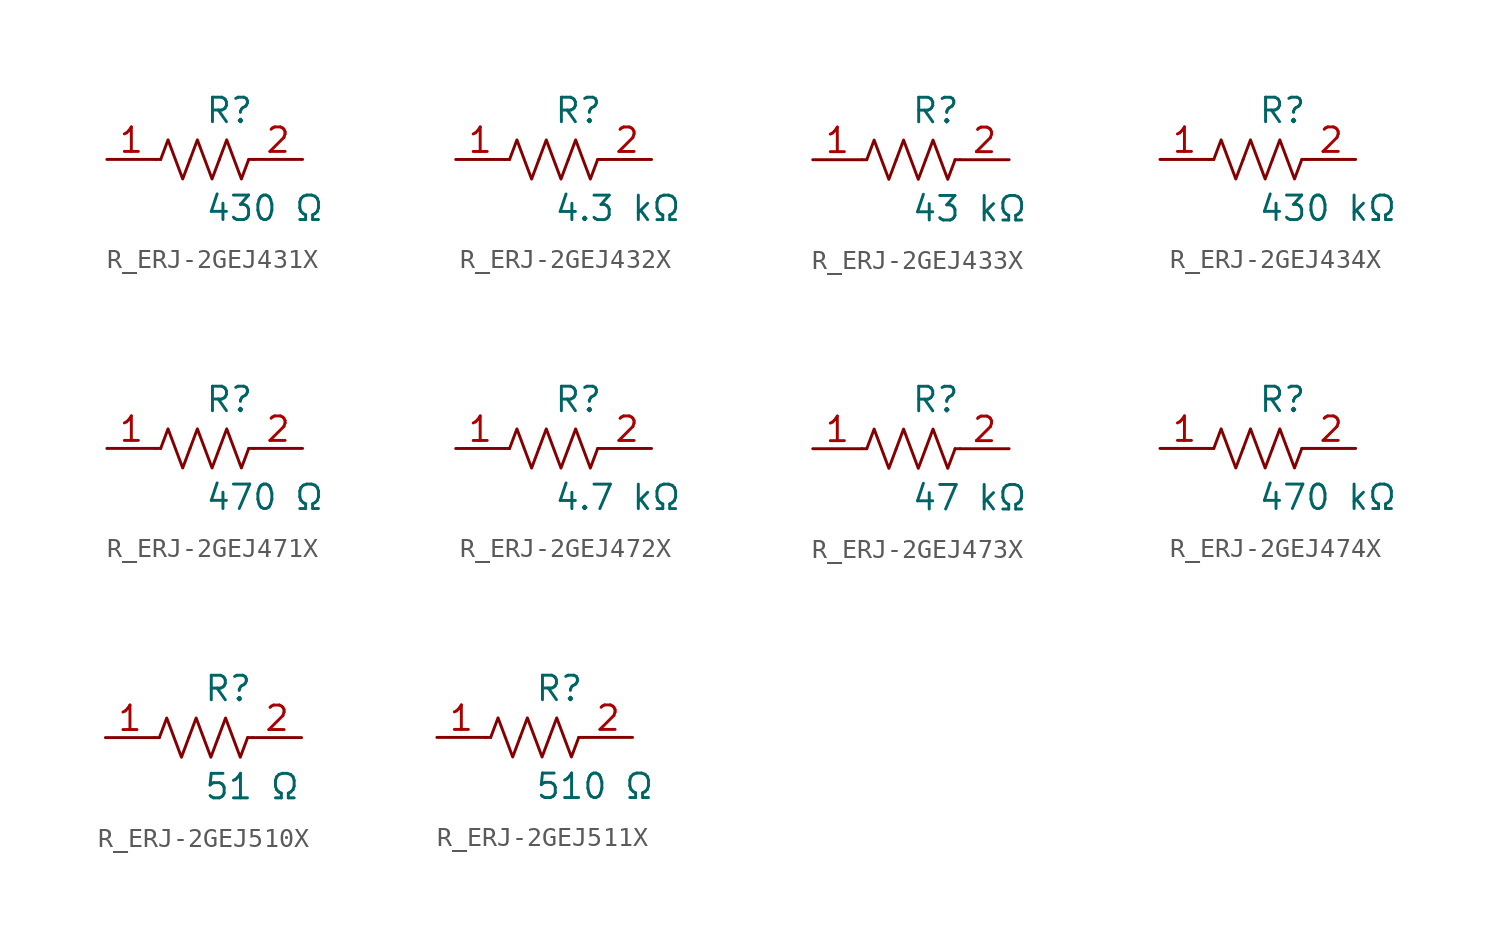
<source format=kicad_sym>
(kicad_symbol_lib
  (version 20231120)
  (generator kicad_symbol_editor)
  (generator_version 8.0)
  (symbol "R_ERJ-2GEJ431X"
    (pin_names
      (offset 0.254))
    (property "Reference" "R"
      (at 0.0 2.54 0)
      (effects (font (size 1.27 1.27)) (justify left)))
    (property "Value" "430 Ω"
      (at 0.0 -2.54 0)
      (effects (font (size 1.27 1.27)) (justify left)))
    (symbol "R_ERJ-2GEJ431X_0_1"
      (polyline (pts (xy 2.286 0) (xy 2.54 0)) (stroke (width 0) (type default)) (fill (type none)))
      (polyline (pts (xy -2.286 0) (xy -2.54 0)) (stroke (width 0) (type default)) (fill (type none)))
      (polyline (pts (xy 0.762 0) (xy 1.143 1.016) (xy 1.524 0) (xy 1.905 -1.016) (xy 2.286 0)) (stroke (width 0) (type default)) (fill (type none)))
      (polyline (pts (xy -0.762 0) (xy -0.381 1.016) (xy 0 0) (xy 0.381 -1.016) (xy 0.762 0)) (stroke (width 0) (type default)) (fill (type none)))
      (polyline (pts (xy -2.286 0) (xy -1.905 1.016) (xy -1.524 0) (xy -1.143 -1.016) (xy -0.762 0)) (stroke (width 0) (type default)) (fill (type none))))
    (pin unspecified line
      (at -5.08 0 0)
      (length 2.54)
      (name "" (effects (font (size 1.27 1.27))))
      (number "1" (effects (font (size 1.27 1.27)))))
    (pin unspecified line
      (at 5.08 0 180)
      (length 2.54)
      (name "" (effects (font (size 1.27 1.27))))
      (number "2" (effects (font (size 1.27 1.27))))))
  (symbol "R_ERJ-2GEJ432X"
    (pin_names
      (offset 0.254))
    (property "Reference" "R"
      (at 0.0 2.54 0)
      (effects (font (size 1.27 1.27)) (justify left)))
    (property "Value" "4.3 kΩ"
      (at 0.0 -2.54 0)
      (effects (font (size 1.27 1.27)) (justify left)))
    (symbol "R_ERJ-2GEJ432X_0_1"
      (polyline (pts (xy 2.286 0) (xy 2.54 0)) (stroke (width 0) (type default)) (fill (type none)))
      (polyline (pts (xy -2.286 0) (xy -2.54 0)) (stroke (width 0) (type default)) (fill (type none)))
      (polyline (pts (xy 0.762 0) (xy 1.143 1.016) (xy 1.524 0) (xy 1.905 -1.016) (xy 2.286 0)) (stroke (width 0) (type default)) (fill (type none)))
      (polyline (pts (xy -0.762 0) (xy -0.381 1.016) (xy 0 0) (xy 0.381 -1.016) (xy 0.762 0)) (stroke (width 0) (type default)) (fill (type none)))
      (polyline (pts (xy -2.286 0) (xy -1.905 1.016) (xy -1.524 0) (xy -1.143 -1.016) (xy -0.762 0)) (stroke (width 0) (type default)) (fill (type none))))
    (pin unspecified line
      (at -5.08 0 0)
      (length 2.54)
      (name "" (effects (font (size 1.27 1.27))))
      (number "1" (effects (font (size 1.27 1.27)))))
    (pin unspecified line
      (at 5.08 0 180)
      (length 2.54)
      (name "" (effects (font (size 1.27 1.27))))
      (number "2" (effects (font (size 1.27 1.27))))))
  (symbol "R_ERJ-2GEJ433X"
    (pin_names
      (offset 0.254))
    (property "Reference" "R"
      (at 0.0 2.54 0)
      (effects (font (size 1.27 1.27)) (justify left)))
    (property "Value" "43 kΩ"
      (at 0.0 -2.54 0)
      (effects (font (size 1.27 1.27)) (justify left)))
    (symbol "R_ERJ-2GEJ433X_0_1"
      (polyline (pts (xy 2.286 0) (xy 2.54 0)) (stroke (width 0) (type default)) (fill (type none)))
      (polyline (pts (xy -2.286 0) (xy -2.54 0)) (stroke (width 0) (type default)) (fill (type none)))
      (polyline (pts (xy 0.762 0) (xy 1.143 1.016) (xy 1.524 0) (xy 1.905 -1.016) (xy 2.286 0)) (stroke (width 0) (type default)) (fill (type none)))
      (polyline (pts (xy -0.762 0) (xy -0.381 1.016) (xy 0 0) (xy 0.381 -1.016) (xy 0.762 0)) (stroke (width 0) (type default)) (fill (type none)))
      (polyline (pts (xy -2.286 0) (xy -1.905 1.016) (xy -1.524 0) (xy -1.143 -1.016) (xy -0.762 0)) (stroke (width 0) (type default)) (fill (type none))))
    (pin unspecified line
      (at -5.08 0 0)
      (length 2.54)
      (name "" (effects (font (size 1.27 1.27))))
      (number "1" (effects (font (size 1.27 1.27)))))
    (pin unspecified line
      (at 5.08 0 180)
      (length 2.54)
      (name "" (effects (font (size 1.27 1.27))))
      (number "2" (effects (font (size 1.27 1.27))))))
  (symbol "R_ERJ-2GEJ434X"
    (pin_names
      (offset 0.254))
    (property "Reference" "R"
      (at 0.0 2.54 0)
      (effects (font (size 1.27 1.27)) (justify left)))
    (property "Value" "430 kΩ"
      (at 0.0 -2.54 0)
      (effects (font (size 1.27 1.27)) (justify left)))
    (symbol "R_ERJ-2GEJ434X_0_1"
      (polyline (pts (xy 2.286 0) (xy 2.54 0)) (stroke (width 0) (type default)) (fill (type none)))
      (polyline (pts (xy -2.286 0) (xy -2.54 0)) (stroke (width 0) (type default)) (fill (type none)))
      (polyline (pts (xy 0.762 0) (xy 1.143 1.016) (xy 1.524 0) (xy 1.905 -1.016) (xy 2.286 0)) (stroke (width 0) (type default)) (fill (type none)))
      (polyline (pts (xy -0.762 0) (xy -0.381 1.016) (xy 0 0) (xy 0.381 -1.016) (xy 0.762 0)) (stroke (width 0) (type default)) (fill (type none)))
      (polyline (pts (xy -2.286 0) (xy -1.905 1.016) (xy -1.524 0) (xy -1.143 -1.016) (xy -0.762 0)) (stroke (width 0) (type default)) (fill (type none))))
    (pin unspecified line
      (at -5.08 0 0)
      (length 2.54)
      (name "" (effects (font (size 1.27 1.27))))
      (number "1" (effects (font (size 1.27 1.27)))))
    (pin unspecified line
      (at 5.08 0 180)
      (length 2.54)
      (name "" (effects (font (size 1.27 1.27))))
      (number "2" (effects (font (size 1.27 1.27))))))
  (symbol "R_ERJ-2GEJ471X"
    (pin_names
      (offset 0.254))
    (property "Reference" "R"
      (at 0.0 2.54 0)
      (effects (font (size 1.27 1.27)) (justify left)))
    (property "Value" "470 Ω"
      (at 0.0 -2.54 0)
      (effects (font (size 1.27 1.27)) (justify left)))
    (symbol "R_ERJ-2GEJ471X_0_1"
      (polyline (pts (xy 2.286 0) (xy 2.54 0)) (stroke (width 0) (type default)) (fill (type none)))
      (polyline (pts (xy -2.286 0) (xy -2.54 0)) (stroke (width 0) (type default)) (fill (type none)))
      (polyline (pts (xy 0.762 0) (xy 1.143 1.016) (xy 1.524 0) (xy 1.905 -1.016) (xy 2.286 0)) (stroke (width 0) (type default)) (fill (type none)))
      (polyline (pts (xy -0.762 0) (xy -0.381 1.016) (xy 0 0) (xy 0.381 -1.016) (xy 0.762 0)) (stroke (width 0) (type default)) (fill (type none)))
      (polyline (pts (xy -2.286 0) (xy -1.905 1.016) (xy -1.524 0) (xy -1.143 -1.016) (xy -0.762 0)) (stroke (width 0) (type default)) (fill (type none))))
    (pin unspecified line
      (at -5.08 0 0)
      (length 2.54)
      (name "" (effects (font (size 1.27 1.27))))
      (number "1" (effects (font (size 1.27 1.27)))))
    (pin unspecified line
      (at 5.08 0 180)
      (length 2.54)
      (name "" (effects (font (size 1.27 1.27))))
      (number "2" (effects (font (size 1.27 1.27))))))
  (symbol "R_ERJ-2GEJ472X"
    (pin_names
      (offset 0.254))
    (property "Reference" "R"
      (at 0.0 2.54 0)
      (effects (font (size 1.27 1.27)) (justify left)))
    (property "Value" "4.7 kΩ"
      (at 0.0 -2.54 0)
      (effects (font (size 1.27 1.27)) (justify left)))
    (symbol "R_ERJ-2GEJ472X_0_1"
      (polyline (pts (xy 2.286 0) (xy 2.54 0)) (stroke (width 0) (type default)) (fill (type none)))
      (polyline (pts (xy -2.286 0) (xy -2.54 0)) (stroke (width 0) (type default)) (fill (type none)))
      (polyline (pts (xy 0.762 0) (xy 1.143 1.016) (xy 1.524 0) (xy 1.905 -1.016) (xy 2.286 0)) (stroke (width 0) (type default)) (fill (type none)))
      (polyline (pts (xy -0.762 0) (xy -0.381 1.016) (xy 0 0) (xy 0.381 -1.016) (xy 0.762 0)) (stroke (width 0) (type default)) (fill (type none)))
      (polyline (pts (xy -2.286 0) (xy -1.905 1.016) (xy -1.524 0) (xy -1.143 -1.016) (xy -0.762 0)) (stroke (width 0) (type default)) (fill (type none))))
    (pin unspecified line
      (at -5.08 0 0)
      (length 2.54)
      (name "" (effects (font (size 1.27 1.27))))
      (number "1" (effects (font (size 1.27 1.27)))))
    (pin unspecified line
      (at 5.08 0 180)
      (length 2.54)
      (name "" (effects (font (size 1.27 1.27))))
      (number "2" (effects (font (size 1.27 1.27))))))
  (symbol "R_ERJ-2GEJ473X"
    (pin_names
      (offset 0.254))
    (property "Reference" "R"
      (at 0.0 2.54 0)
      (effects (font (size 1.27 1.27)) (justify left)))
    (property "Value" "47 kΩ"
      (at 0.0 -2.54 0)
      (effects (font (size 1.27 1.27)) (justify left)))
    (symbol "R_ERJ-2GEJ473X_0_1"
      (polyline (pts (xy 2.286 0) (xy 2.54 0)) (stroke (width 0) (type default)) (fill (type none)))
      (polyline (pts (xy -2.286 0) (xy -2.54 0)) (stroke (width 0) (type default)) (fill (type none)))
      (polyline (pts (xy 0.762 0) (xy 1.143 1.016) (xy 1.524 0) (xy 1.905 -1.016) (xy 2.286 0)) (stroke (width 0) (type default)) (fill (type none)))
      (polyline (pts (xy -0.762 0) (xy -0.381 1.016) (xy 0 0) (xy 0.381 -1.016) (xy 0.762 0)) (stroke (width 0) (type default)) (fill (type none)))
      (polyline (pts (xy -2.286 0) (xy -1.905 1.016) (xy -1.524 0) (xy -1.143 -1.016) (xy -0.762 0)) (stroke (width 0) (type default)) (fill (type none))))
    (pin unspecified line
      (at -5.08 0 0)
      (length 2.54)
      (name "" (effects (font (size 1.27 1.27))))
      (number "1" (effects (font (size 1.27 1.27)))))
    (pin unspecified line
      (at 5.08 0 180)
      (length 2.54)
      (name "" (effects (font (size 1.27 1.27))))
      (number "2" (effects (font (size 1.27 1.27))))))
  (symbol "R_ERJ-2GEJ474X"
    (pin_names
      (offset 0.254))
    (property "Reference" "R"
      (at 0.0 2.54 0)
      (effects (font (size 1.27 1.27)) (justify left)))
    (property "Value" "470 kΩ"
      (at 0.0 -2.54 0)
      (effects (font (size 1.27 1.27)) (justify left)))
    (symbol "R_ERJ-2GEJ474X_0_1"
      (polyline (pts (xy 2.286 0) (xy 2.54 0)) (stroke (width 0) (type default)) (fill (type none)))
      (polyline (pts (xy -2.286 0) (xy -2.54 0)) (stroke (width 0) (type default)) (fill (type none)))
      (polyline (pts (xy 0.762 0) (xy 1.143 1.016) (xy 1.524 0) (xy 1.905 -1.016) (xy 2.286 0)) (stroke (width 0) (type default)) (fill (type none)))
      (polyline (pts (xy -0.762 0) (xy -0.381 1.016) (xy 0 0) (xy 0.381 -1.016) (xy 0.762 0)) (stroke (width 0) (type default)) (fill (type none)))
      (polyline (pts (xy -2.286 0) (xy -1.905 1.016) (xy -1.524 0) (xy -1.143 -1.016) (xy -0.762 0)) (stroke (width 0) (type default)) (fill (type none))))
    (pin unspecified line
      (at -5.08 0 0)
      (length 2.54)
      (name "" (effects (font (size 1.27 1.27))))
      (number "1" (effects (font (size 1.27 1.27)))))
    (pin unspecified line
      (at 5.08 0 180)
      (length 2.54)
      (name "" (effects (font (size 1.27 1.27))))
      (number "2" (effects (font (size 1.27 1.27))))))
  (symbol "R_ERJ-2GEJ510X"
    (pin_names
      (offset 0.254))
    (property "Reference" "R"
      (at 0.0 2.54 0)
      (effects (font (size 1.27 1.27)) (justify left)))
    (property "Value" "51 Ω"
      (at 0.0 -2.54 0)
      (effects (font (size 1.27 1.27)) (justify left)))
    (symbol "R_ERJ-2GEJ510X_0_1"
      (polyline (pts (xy 2.286 0) (xy 2.54 0)) (stroke (width 0) (type default)) (fill (type none)))
      (polyline (pts (xy -2.286 0) (xy -2.54 0)) (stroke (width 0) (type default)) (fill (type none)))
      (polyline (pts (xy 0.762 0) (xy 1.143 1.016) (xy 1.524 0) (xy 1.905 -1.016) (xy 2.286 0)) (stroke (width 0) (type default)) (fill (type none)))
      (polyline (pts (xy -0.762 0) (xy -0.381 1.016) (xy 0 0) (xy 0.381 -1.016) (xy 0.762 0)) (stroke (width 0) (type default)) (fill (type none)))
      (polyline (pts (xy -2.286 0) (xy -1.905 1.016) (xy -1.524 0) (xy -1.143 -1.016) (xy -0.762 0)) (stroke (width 0) (type default)) (fill (type none))))
    (pin unspecified line
      (at -5.08 0 0)
      (length 2.54)
      (name "" (effects (font (size 1.27 1.27))))
      (number "1" (effects (font (size 1.27 1.27)))))
    (pin unspecified line
      (at 5.08 0 180)
      (length 2.54)
      (name "" (effects (font (size 1.27 1.27))))
      (number "2" (effects (font (size 1.27 1.27))))))
  (symbol "R_ERJ-2GEJ511X"
    (pin_names
      (offset 0.254))
    (property "Reference" "R"
      (at 0.0 2.54 0)
      (effects (font (size 1.27 1.27)) (justify left)))
    (property "Value" "510 Ω"
      (at 0.0 -2.54 0)
      (effects (font (size 1.27 1.27)) (justify left)))
    (symbol "R_ERJ-2GEJ511X_0_1"
      (polyline (pts (xy 2.286 0) (xy 2.54 0)) (stroke (width 0) (type default)) (fill (type none)))
      (polyline (pts (xy -2.286 0) (xy -2.54 0)) (stroke (width 0) (type default)) (fill (type none)))
      (polyline (pts (xy 0.762 0) (xy 1.143 1.016) (xy 1.524 0) (xy 1.905 -1.016) (xy 2.286 0)) (stroke (width 0) (type default)) (fill (type none)))
      (polyline (pts (xy -0.762 0) (xy -0.381 1.016) (xy 0 0) (xy 0.381 -1.016) (xy 0.762 0)) (stroke (width 0) (type default)) (fill (type none)))
      (polyline (pts (xy -2.286 0) (xy -1.905 1.016) (xy -1.524 0) (xy -1.143 -1.016) (xy -0.762 0)) (stroke (width 0) (type default)) (fill (type none))))
    (pin unspecified line
      (at -5.08 0 0)
      (length 2.54)
      (name "" (effects (font (size 1.27 1.27))))
      (number "1" (effects (font (size 1.27 1.27)))))
    (pin unspecified line
      (at 5.08 0 180)
      (length 2.54)
      (name "" (effects (font (size 1.27 1.27))))
      (number "2" (effects (font (size 1.27 1.27)))))))
</source>
